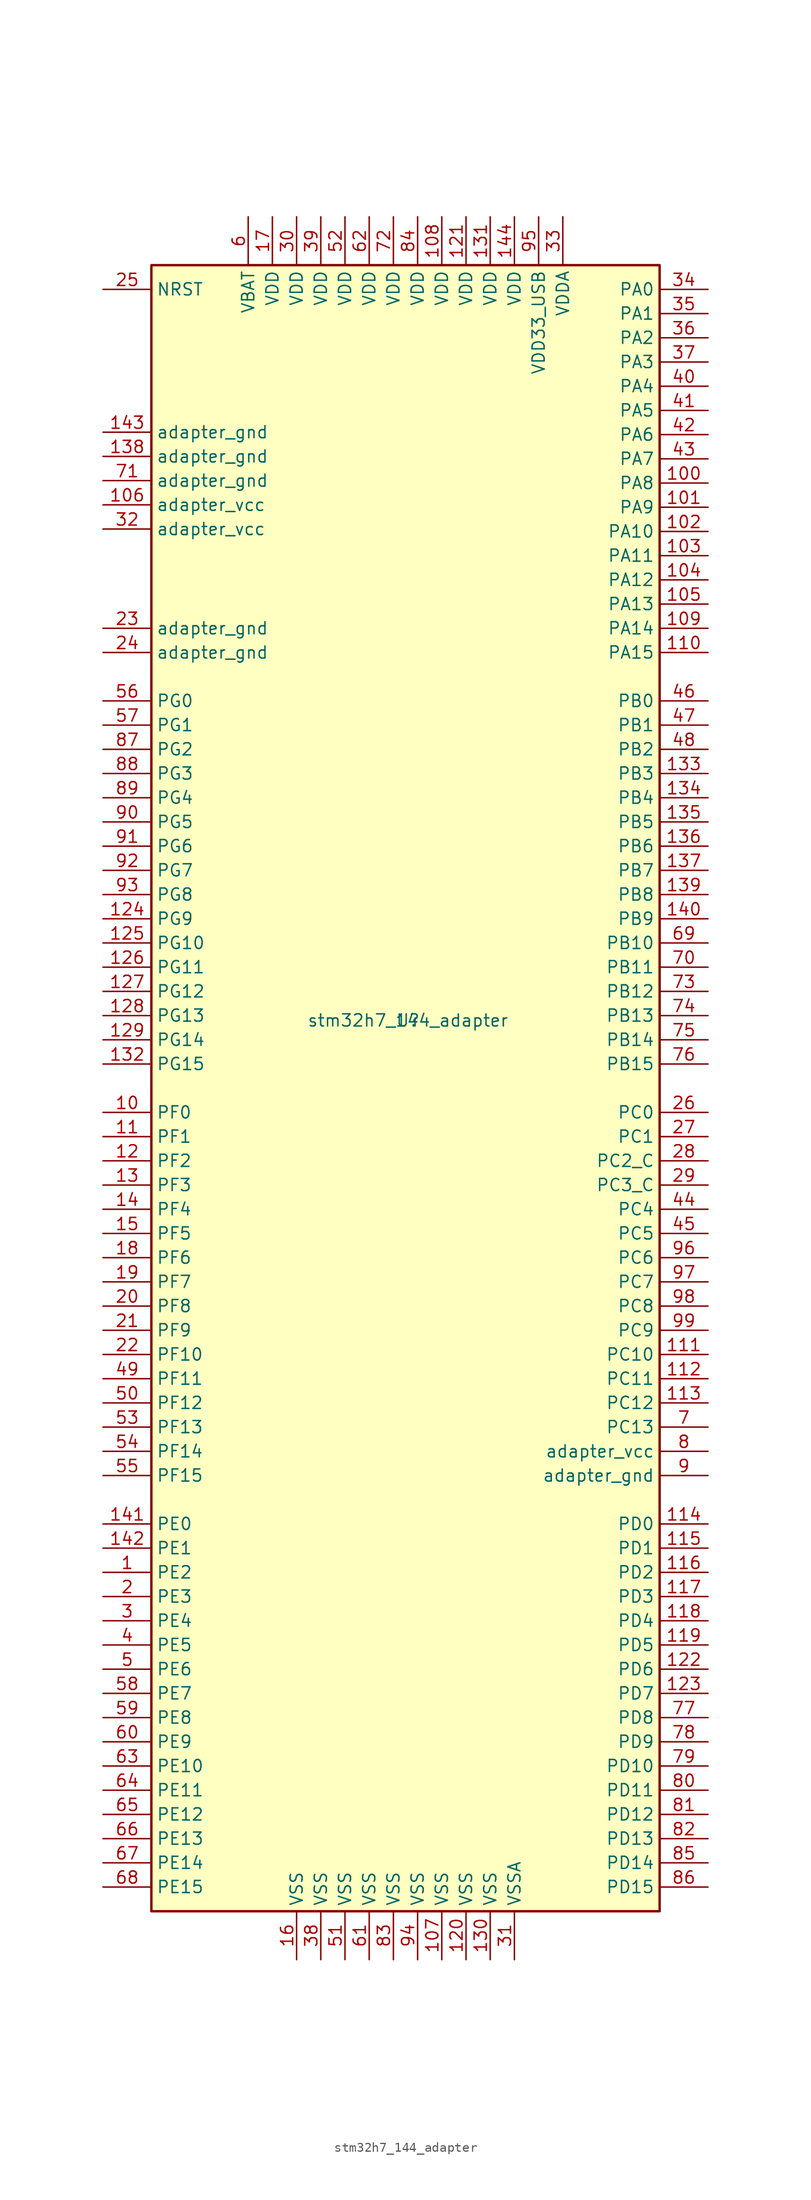
<source format=kicad_sym>
(kicad_symbol_lib
  (version 20201005)
  (generator kicad_symbol_editor)
  (symbol "adapters:stm32h7_144_adapter"
    (property "Reference" "U"
      (at 0 0 0)
      (effects (font (size 1.27 1.27))))
    (property "Value" "stm32h7_144_adapter"
      (at 0 0 0)
      (effects (font (size 1.27 1.27))))
    (symbol "stm32h7_144_adapter_0_1"
      (rectangle (start -26.924 -93.472) (end 26.416 79.248) (stroke (width 0.254)) (fill (type background))))
    (symbol "stm32h7_144_adapter_1_1"
      (pin bidirectional line (at -32.004 -57.912 0) (length 5.08) (name "PE2" (effects (font (size 1.27 1.27)))) (number "1" (effects (font (size 1.27 1.27)))))
      (pin bidirectional line (at -32.004 -9.652 0) (length 5.08) (name "PF0" (effects (font (size 1.27 1.27)))) (number "10" (effects (font (size 1.27 1.27)))))
      (pin bidirectional line (at 31.496 56.388 180) (length 5.08) (name "PA8" (effects (font (size 1.27 1.27)))) (number "100" (effects (font (size 1.27 1.27)))))
      (pin bidirectional line (at 31.496 53.848 180) (length 5.08) (name "PA9" (effects (font (size 1.27 1.27)))) (number "101" (effects (font (size 1.27 1.27)))))
      (pin bidirectional line (at 31.496 51.308 180) (length 5.08) (name "PA10" (effects (font (size 1.27 1.27)))) (number "102" (effects (font (size 1.27 1.27)))))
      (pin bidirectional line (at 31.496 48.768 180) (length 5.08) (name "PA11" (effects (font (size 1.27 1.27)))) (number "103" (effects (font (size 1.27 1.27)))))
      (pin bidirectional line (at 31.496 46.228 180) (length 5.08) (name "PA12" (effects (font (size 1.27 1.27)))) (number "104" (effects (font (size 1.27 1.27)))))
      (pin bidirectional line (at 31.496 43.688 180) (length 5.08) (name "PA13" (effects (font (size 1.27 1.27)))) (number "105" (effects (font (size 1.27 1.27)))))
      (pin power_in line (at -32.004 54.102 0) (length 5.08) (name "adapter_vcc" (effects (font (size 1.27 1.27)))) (number "106" (effects (font (size 1.27 1.27)))))
      (pin power_in line (at 3.556 -98.552 90) (length 5.08) (name "VSS" (effects (font (size 1.27 1.27)))) (number "107" (effects (font (size 1.27 1.27)))))
      (pin power_in line (at 3.556 84.328 270) (length 5.08) (name "VDD" (effects (font (size 1.27 1.27)))) (number "108" (effects (font (size 1.27 1.27)))))
      (pin bidirectional line (at 31.496 41.148 180) (length 5.08) (name "PA14" (effects (font (size 1.27 1.27)))) (number "109" (effects (font (size 1.27 1.27)))))
      (pin bidirectional line (at -32.004 -12.192 0) (length 5.08) (name "PF1" (effects (font (size 1.27 1.27)))) (number "11" (effects (font (size 1.27 1.27)))))
      (pin bidirectional line (at 31.496 38.608 180) (length 5.08) (name "PA15" (effects (font (size 1.27 1.27)))) (number "110" (effects (font (size 1.27 1.27)))))
      (pin bidirectional line (at 31.496 -35.052 180) (length 5.08) (name "PC10" (effects (font (size 1.27 1.27)))) (number "111" (effects (font (size 1.27 1.27)))))
      (pin bidirectional line (at 31.496 -37.592 180) (length 5.08) (name "PC11" (effects (font (size 1.27 1.27)))) (number "112" (effects (font (size 1.27 1.27)))))
      (pin bidirectional line (at 31.496 -40.132 180) (length 5.08) (name "PC12" (effects (font (size 1.27 1.27)))) (number "113" (effects (font (size 1.27 1.27)))))
      (pin bidirectional line (at 31.496 -52.832 180) (length 5.08) (name "PD0" (effects (font (size 1.27 1.27)))) (number "114" (effects (font (size 1.27 1.27)))))
      (pin bidirectional line (at 31.496 -55.372 180) (length 5.08) (name "PD1" (effects (font (size 1.27 1.27)))) (number "115" (effects (font (size 1.27 1.27)))))
      (pin bidirectional line (at 31.496 -57.912 180) (length 5.08) (name "PD2" (effects (font (size 1.27 1.27)))) (number "116" (effects (font (size 1.27 1.27)))))
      (pin bidirectional line (at 31.496 -60.452 180) (length 5.08) (name "PD3" (effects (font (size 1.27 1.27)))) (number "117" (effects (font (size 1.27 1.27)))))
      (pin bidirectional line (at 31.496 -62.992 180) (length 5.08) (name "PD4" (effects (font (size 1.27 1.27)))) (number "118" (effects (font (size 1.27 1.27)))))
      (pin bidirectional line (at 31.496 -65.532 180) (length 5.08) (name "PD5" (effects (font (size 1.27 1.27)))) (number "119" (effects (font (size 1.27 1.27)))))
      (pin bidirectional line (at -32.004 -14.732 0) (length 5.08) (name "PF2" (effects (font (size 1.27 1.27)))) (number "12" (effects (font (size 1.27 1.27)))))
      (pin power_in line (at 6.096 -98.552 90) (length 5.08) (name "VSS" (effects (font (size 1.27 1.27)))) (number "120" (effects (font (size 1.27 1.27)))))
      (pin power_in line (at 6.096 84.328 270) (length 5.08) (name "VDD" (effects (font (size 1.27 1.27)))) (number "121" (effects (font (size 1.27 1.27)))))
      (pin bidirectional line (at 31.496 -68.072 180) (length 5.08) (name "PD6" (effects (font (size 1.27 1.27)))) (number "122" (effects (font (size 1.27 1.27)))))
      (pin bidirectional line (at 31.496 -70.612 180) (length 5.08) (name "PD7" (effects (font (size 1.27 1.27)))) (number "123" (effects (font (size 1.27 1.27)))))
      (pin bidirectional line (at -32.004 10.668 0) (length 5.08) (name "PG9" (effects (font (size 1.27 1.27)))) (number "124" (effects (font (size 1.27 1.27)))))
      (pin bidirectional line (at -32.004 8.128 0) (length 5.08) (name "PG10" (effects (font (size 1.27 1.27)))) (number "125" (effects (font (size 1.27 1.27)))))
      (pin bidirectional line (at -32.004 5.588 0) (length 5.08) (name "PG11" (effects (font (size 1.27 1.27)))) (number "126" (effects (font (size 1.27 1.27)))))
      (pin bidirectional line (at -32.004 3.048 0) (length 5.08) (name "PG12" (effects (font (size 1.27 1.27)))) (number "127" (effects (font (size 1.27 1.27)))))
      (pin bidirectional line (at -32.004 0.508 0) (length 5.08) (name "PG13" (effects (font (size 1.27 1.27)))) (number "128" (effects (font (size 1.27 1.27)))))
      (pin bidirectional line (at -32.004 -2.032 0) (length 5.08) (name "PG14" (effects (font (size 1.27 1.27)))) (number "129" (effects (font (size 1.27 1.27)))))
      (pin bidirectional line (at -32.004 -17.272 0) (length 5.08) (name "PF3" (effects (font (size 1.27 1.27)))) (number "13" (effects (font (size 1.27 1.27)))))
      (pin power_in line (at 8.636 -98.552 90) (length 5.08) (name "VSS" (effects (font (size 1.27 1.27)))) (number "130" (effects (font (size 1.27 1.27)))))
      (pin power_in line (at 8.636 84.328 270) (length 5.08) (name "VDD" (effects (font (size 1.27 1.27)))) (number "131" (effects (font (size 1.27 1.27)))))
      (pin bidirectional line (at -32.004 -4.572 0) (length 5.08) (name "PG15" (effects (font (size 1.27 1.27)))) (number "132" (effects (font (size 1.27 1.27)))))
      (pin bidirectional line (at 31.496 25.908 180) (length 5.08) (name "PB3" (effects (font (size 1.27 1.27)))) (number "133" (effects (font (size 1.27 1.27)))))
      (pin bidirectional line (at 31.496 23.368 180) (length 5.08) (name "PB4" (effects (font (size 1.27 1.27)))) (number "134" (effects (font (size 1.27 1.27)))))
      (pin bidirectional line (at 31.496 20.828 180) (length 5.08) (name "PB5" (effects (font (size 1.27 1.27)))) (number "135" (effects (font (size 1.27 1.27)))))
      (pin bidirectional line (at 31.496 18.288 180) (length 5.08) (name "PB6" (effects (font (size 1.27 1.27)))) (number "136" (effects (font (size 1.27 1.27)))))
      (pin bidirectional line (at 31.496 15.748 180) (length 5.08) (name "PB7" (effects (font (size 1.27 1.27)))) (number "137" (effects (font (size 1.27 1.27)))))
      (pin power_in line (at -32.004 59.182 0) (length 5.08) (name "adapter_gnd" (effects (font (size 1.27 1.27)))) (number "138" (effects (font (size 1.27 1.27)))))
      (pin bidirectional line (at 31.496 13.208 180) (length 5.08) (name "PB8" (effects (font (size 1.27 1.27)))) (number "139" (effects (font (size 1.27 1.27)))))
      (pin bidirectional line (at -32.004 -19.812 0) (length 5.08) (name "PF4" (effects (font (size 1.27 1.27)))) (number "14" (effects (font (size 1.27 1.27)))))
      (pin bidirectional line (at 31.496 10.668 180) (length 5.08) (name "PB9" (effects (font (size 1.27 1.27)))) (number "140" (effects (font (size 1.27 1.27)))))
      (pin bidirectional line (at -32.004 -52.832 0) (length 5.08) (name "PE0" (effects (font (size 1.27 1.27)))) (number "141" (effects (font (size 1.27 1.27)))))
      (pin bidirectional line (at -32.004 -55.372 0) (length 5.08) (name "PE1" (effects (font (size 1.27 1.27)))) (number "142" (effects (font (size 1.27 1.27)))))
      (pin power_in line (at -32.004 61.722 0) (length 5.08) (name "adapter_gnd" (effects (font (size 1.27 1.27)))) (number "143" (effects (font (size 1.27 1.27)))))
      (pin power_in line (at 11.176 84.328 270) (length 5.08) (name "VDD" (effects (font (size 1.27 1.27)))) (number "144" (effects (font (size 1.27 1.27)))))
      (pin bidirectional line (at -32.004 -22.352 0) (length 5.08) (name "PF5" (effects (font (size 1.27 1.27)))) (number "15" (effects (font (size 1.27 1.27)))))
      (pin power_in line (at -11.684 -98.552 90) (length 5.08) (name "VSS" (effects (font (size 1.27 1.27)))) (number "16" (effects (font (size 1.27 1.27)))))
      (pin power_in line (at -14.224 84.328 270) (length 5.08) (name "VDD" (effects (font (size 1.27 1.27)))) (number "17" (effects (font (size 1.27 1.27)))))
      (pin bidirectional line (at -32.004 -24.892 0) (length 5.08) (name "PF6" (effects (font (size 1.27 1.27)))) (number "18" (effects (font (size 1.27 1.27)))))
      (pin bidirectional line (at -32.004 -27.432 0) (length 5.08) (name "PF7" (effects (font (size 1.27 1.27)))) (number "19" (effects (font (size 1.27 1.27)))))
      (pin bidirectional line (at -32.004 -60.452 0) (length 5.08) (name "PE3" (effects (font (size 1.27 1.27)))) (number "2" (effects (font (size 1.27 1.27)))))
      (pin bidirectional line (at -32.004 -29.972 0) (length 5.08) (name "PF8" (effects (font (size 1.27 1.27)))) (number "20" (effects (font (size 1.27 1.27)))))
      (pin bidirectional line (at -32.004 -32.512 0) (length 5.08) (name "PF9" (effects (font (size 1.27 1.27)))) (number "21" (effects (font (size 1.27 1.27)))))
      (pin bidirectional line (at -32.004 -35.052 0) (length 5.08) (name "PF10" (effects (font (size 1.27 1.27)))) (number "22" (effects (font (size 1.27 1.27)))))
      (pin power_in line (at -32.004 41.148 0) (length 5.08) (name "adapter_gnd" (effects (font (size 1.27 1.27)))) (number "23" (effects (font (size 1.27 1.27)))))
      (pin power_in line (at -32.004 38.608 0) (length 5.08) (name "adapter_gnd" (effects (font (size 1.27 1.27)))) (number "24" (effects (font (size 1.27 1.27)))))
      (pin input line (at -32.004 76.708 0) (length 5.08) (name "NRST" (effects (font (size 1.27 1.27)))) (number "25" (effects (font (size 1.27 1.27)))))
      (pin bidirectional line (at 31.496 -9.652 180) (length 5.08) (name "PC0" (effects (font (size 1.27 1.27)))) (number "26" (effects (font (size 1.27 1.27)))))
      (pin bidirectional line (at 31.496 -12.192 180) (length 5.08) (name "PC1" (effects (font (size 1.27 1.27)))) (number "27" (effects (font (size 1.27 1.27)))))
      (pin bidirectional line (at 31.496 -14.732 180) (length 5.08) (name "PC2_C" (effects (font (size 1.27 1.27)))) (number "28" (effects (font (size 1.27 1.27)))))
      (pin bidirectional line (at 31.496 -17.272 180) (length 5.08) (name "PC3_C" (effects (font (size 1.27 1.27)))) (number "29" (effects (font (size 1.27 1.27)))))
      (pin bidirectional line (at -32.004 -62.992 0) (length 5.08) (name "PE4" (effects (font (size 1.27 1.27)))) (number "3" (effects (font (size 1.27 1.27)))))
      (pin power_in line (at -11.684 84.328 270) (length 5.08) (name "VDD" (effects (font (size 1.27 1.27)))) (number "30" (effects (font (size 1.27 1.27)))))
      (pin power_in line (at 11.176 -98.552 90) (length 5.08) (name "VSSA" (effects (font (size 1.27 1.27)))) (number "31" (effects (font (size 1.27 1.27)))))
      (pin power_in line (at -32.004 51.562 0) (length 5.08) (name "adapter_vcc" (effects (font (size 1.27 1.27)))) (number "32" (effects (font (size 1.27 1.27)))))
      (pin power_in line (at 16.256 84.328 270) (length 5.08) (name "VDDA" (effects (font (size 1.27 1.27)))) (number "33" (effects (font (size 1.27 1.27)))))
      (pin bidirectional line (at 31.496 76.708 180) (length 5.08) (name "PA0" (effects (font (size 1.27 1.27)))) (number "34" (effects (font (size 1.27 1.27)))))
      (pin bidirectional line (at 31.496 74.168 180) (length 5.08) (name "PA1" (effects (font (size 1.27 1.27)))) (number "35" (effects (font (size 1.27 1.27)))))
      (pin bidirectional line (at 31.496 71.628 180) (length 5.08) (name "PA2" (effects (font (size 1.27 1.27)))) (number "36" (effects (font (size 1.27 1.27)))))
      (pin bidirectional line (at 31.496 69.088 180) (length 5.08) (name "PA3" (effects (font (size 1.27 1.27)))) (number "37" (effects (font (size 1.27 1.27)))))
      (pin power_in line (at -9.144 -98.552 90) (length 5.08) (name "VSS" (effects (font (size 1.27 1.27)))) (number "38" (effects (font (size 1.27 1.27)))))
      (pin power_in line (at -9.144 84.328 270) (length 5.08) (name "VDD" (effects (font (size 1.27 1.27)))) (number "39" (effects (font (size 1.27 1.27)))))
      (pin bidirectional line (at -32.004 -65.532 0) (length 5.08) (name "PE5" (effects (font (size 1.27 1.27)))) (number "4" (effects (font (size 1.27 1.27)))))
      (pin bidirectional line (at 31.496 66.548 180) (length 5.08) (name "PA4" (effects (font (size 1.27 1.27)))) (number "40" (effects (font (size 1.27 1.27)))))
      (pin bidirectional line (at 31.496 64.008 180) (length 5.08) (name "PA5" (effects (font (size 1.27 1.27)))) (number "41" (effects (font (size 1.27 1.27)))))
      (pin bidirectional line (at 31.496 61.468 180) (length 5.08) (name "PA6" (effects (font (size 1.27 1.27)))) (number "42" (effects (font (size 1.27 1.27)))))
      (pin bidirectional line (at 31.496 58.928 180) (length 5.08) (name "PA7" (effects (font (size 1.27 1.27)))) (number "43" (effects (font (size 1.27 1.27)))))
      (pin bidirectional line (at 31.496 -19.812 180) (length 5.08) (name "PC4" (effects (font (size 1.27 1.27)))) (number "44" (effects (font (size 1.27 1.27)))))
      (pin bidirectional line (at 31.496 -22.352 180) (length 5.08) (name "PC5" (effects (font (size 1.27 1.27)))) (number "45" (effects (font (size 1.27 1.27)))))
      (pin bidirectional line (at 31.496 33.528 180) (length 5.08) (name "PB0" (effects (font (size 1.27 1.27)))) (number "46" (effects (font (size 1.27 1.27)))))
      (pin bidirectional line (at 31.496 30.988 180) (length 5.08) (name "PB1" (effects (font (size 1.27 1.27)))) (number "47" (effects (font (size 1.27 1.27)))))
      (pin bidirectional line (at 31.496 28.448 180) (length 5.08) (name "PB2" (effects (font (size 1.27 1.27)))) (number "48" (effects (font (size 1.27 1.27)))))
      (pin bidirectional line (at -32.004 -37.592 0) (length 5.08) (name "PF11" (effects (font (size 1.27 1.27)))) (number "49" (effects (font (size 1.27 1.27)))))
      (pin bidirectional line (at -32.004 -68.072 0) (length 5.08) (name "PE6" (effects (font (size 1.27 1.27)))) (number "5" (effects (font (size 1.27 1.27)))))
      (pin bidirectional line (at -32.004 -40.132 0) (length 5.08) (name "PF12" (effects (font (size 1.27 1.27)))) (number "50" (effects (font (size 1.27 1.27)))))
      (pin power_in line (at -6.604 -98.552 90) (length 5.08) (name "VSS" (effects (font (size 1.27 1.27)))) (number "51" (effects (font (size 1.27 1.27)))))
      (pin power_in line (at -6.604 84.328 270) (length 5.08) (name "VDD" (effects (font (size 1.27 1.27)))) (number "52" (effects (font (size 1.27 1.27)))))
      (pin bidirectional line (at -32.004 -42.672 0) (length 5.08) (name "PF13" (effects (font (size 1.27 1.27)))) (number "53" (effects (font (size 1.27 1.27)))))
      (pin bidirectional line (at -32.004 -45.212 0) (length 5.08) (name "PF14" (effects (font (size 1.27 1.27)))) (number "54" (effects (font (size 1.27 1.27)))))
      (pin bidirectional line (at -32.004 -47.752 0) (length 5.08) (name "PF15" (effects (font (size 1.27 1.27)))) (number "55" (effects (font (size 1.27 1.27)))))
      (pin bidirectional line (at -32.004 33.528 0) (length 5.08) (name "PG0" (effects (font (size 1.27 1.27)))) (number "56" (effects (font (size 1.27 1.27)))))
      (pin bidirectional line (at -32.004 30.988 0) (length 5.08) (name "PG1" (effects (font (size 1.27 1.27)))) (number "57" (effects (font (size 1.27 1.27)))))
      (pin bidirectional line (at -32.004 -70.612 0) (length 5.08) (name "PE7" (effects (font (size 1.27 1.27)))) (number "58" (effects (font (size 1.27 1.27)))))
      (pin bidirectional line (at -32.004 -73.152 0) (length 5.08) (name "PE8" (effects (font (size 1.27 1.27)))) (number "59" (effects (font (size 1.27 1.27)))))
      (pin power_in line (at -16.764 84.328 270) (length 5.08) (name "VBAT" (effects (font (size 1.27 1.27)))) (number "6" (effects (font (size 1.27 1.27)))))
      (pin bidirectional line (at -32.004 -75.692 0) (length 5.08) (name "PE9" (effects (font (size 1.27 1.27)))) (number "60" (effects (font (size 1.27 1.27)))))
      (pin power_in line (at -4.064 -98.552 90) (length 5.08) (name "VSS" (effects (font (size 1.27 1.27)))) (number "61" (effects (font (size 1.27 1.27)))))
      (pin power_in line (at -4.064 84.328 270) (length 5.08) (name "VDD" (effects (font (size 1.27 1.27)))) (number "62" (effects (font (size 1.27 1.27)))))
      (pin bidirectional line (at -32.004 -78.232 0) (length 5.08) (name "PE10" (effects (font (size 1.27 1.27)))) (number "63" (effects (font (size 1.27 1.27)))))
      (pin bidirectional line (at -32.004 -80.772 0) (length 5.08) (name "PE11" (effects (font (size 1.27 1.27)))) (number "64" (effects (font (size 1.27 1.27)))))
      (pin bidirectional line (at -32.004 -83.312 0) (length 5.08) (name "PE12" (effects (font (size 1.27 1.27)))) (number "65" (effects (font (size 1.27 1.27)))))
      (pin bidirectional line (at -32.004 -85.852 0) (length 5.08) (name "PE13" (effects (font (size 1.27 1.27)))) (number "66" (effects (font (size 1.27 1.27)))))
      (pin bidirectional line (at -32.004 -88.392 0) (length 5.08) (name "PE14" (effects (font (size 1.27 1.27)))) (number "67" (effects (font (size 1.27 1.27)))))
      (pin bidirectional line (at -32.004 -90.932 0) (length 5.08) (name "PE15" (effects (font (size 1.27 1.27)))) (number "68" (effects (font (size 1.27 1.27)))))
      (pin bidirectional line (at 31.496 8.128 180) (length 5.08) (name "PB10" (effects (font (size 1.27 1.27)))) (number "69" (effects (font (size 1.27 1.27)))))
      (pin bidirectional line (at 31.496 -42.672 180) (length 5.08) (name "PC13" (effects (font (size 1.27 1.27)))) (number "7" (effects (font (size 1.27 1.27)))))
      (pin bidirectional line (at 31.496 5.588 180) (length 5.08) (name "PB11" (effects (font (size 1.27 1.27)))) (number "70" (effects (font (size 1.27 1.27)))))
      (pin power_in line (at -32.004 56.642 0) (length 5.08) (name "adapter_gnd" (effects (font (size 1.27 1.27)))) (number "71" (effects (font (size 1.27 1.27)))))
      (pin power_in line (at -1.524 84.328 270) (length 5.08) (name "VDD" (effects (font (size 1.27 1.27)))) (number "72" (effects (font (size 1.27 1.27)))))
      (pin bidirectional line (at 31.496 3.048 180) (length 5.08) (name "PB12" (effects (font (size 1.27 1.27)))) (number "73" (effects (font (size 1.27 1.27)))))
      (pin bidirectional line (at 31.496 0.508 180) (length 5.08) (name "PB13" (effects (font (size 1.27 1.27)))) (number "74" (effects (font (size 1.27 1.27)))))
      (pin bidirectional line (at 31.496 -2.032 180) (length 5.08) (name "PB14" (effects (font (size 1.27 1.27)))) (number "75" (effects (font (size 1.27 1.27)))))
      (pin bidirectional line (at 31.496 -4.572 180) (length 5.08) (name "PB15" (effects (font (size 1.27 1.27)))) (number "76" (effects (font (size 1.27 1.27)))))
      (pin bidirectional line (at 31.496 -73.152 180) (length 5.08) (name "PD8" (effects (font (size 1.27 1.27)))) (number "77" (effects (font (size 1.27 1.27)))))
      (pin bidirectional line (at 31.496 -75.692 180) (length 5.08) (name "PD9" (effects (font (size 1.27 1.27)))) (number "78" (effects (font (size 1.27 1.27)))))
      (pin bidirectional line (at 31.496 -78.232 180) (length 5.08) (name "PD10" (effects (font (size 1.27 1.27)))) (number "79" (effects (font (size 1.27 1.27)))))
      (pin power_in line (at 31.496 -45.212 180) (length 5.08) (name "adapter_vcc" (effects (font (size 1.27 1.27)))) (number "8" (effects (font (size 1.27 1.27)))))
      (pin bidirectional line (at 31.496 -80.772 180) (length 5.08) (name "PD11" (effects (font (size 1.27 1.27)))) (number "80" (effects (font (size 1.27 1.27)))))
      (pin bidirectional line (at 31.496 -83.312 180) (length 5.08) (name "PD12" (effects (font (size 1.27 1.27)))) (number "81" (effects (font (size 1.27 1.27)))))
      (pin bidirectional line (at 31.496 -85.852 180) (length 5.08) (name "PD13" (effects (font (size 1.27 1.27)))) (number "82" (effects (font (size 1.27 1.27)))))
      (pin power_in line (at -1.524 -98.552 90) (length 5.08) (name "VSS" (effects (font (size 1.27 1.27)))) (number "83" (effects (font (size 1.27 1.27)))))
      (pin power_in line (at 1.016 84.328 270) (length 5.08) (name "VDD" (effects (font (size 1.27 1.27)))) (number "84" (effects (font (size 1.27 1.27)))))
      (pin bidirectional line (at 31.496 -88.392 180) (length 5.08) (name "PD14" (effects (font (size 1.27 1.27)))) (number "85" (effects (font (size 1.27 1.27)))))
      (pin bidirectional line (at 31.496 -90.932 180) (length 5.08) (name "PD15" (effects (font (size 1.27 1.27)))) (number "86" (effects (font (size 1.27 1.27)))))
      (pin bidirectional line (at -32.004 28.448 0) (length 5.08) (name "PG2" (effects (font (size 1.27 1.27)))) (number "87" (effects (font (size 1.27 1.27)))))
      (pin bidirectional line (at -32.004 25.908 0) (length 5.08) (name "PG3" (effects (font (size 1.27 1.27)))) (number "88" (effects (font (size 1.27 1.27)))))
      (pin bidirectional line (at -32.004 23.368 0) (length 5.08) (name "PG4" (effects (font (size 1.27 1.27)))) (number "89" (effects (font (size 1.27 1.27)))))
      (pin power_in line (at 31.496 -47.752 180) (length 5.08) (name "adapter_gnd" (effects (font (size 1.27 1.27)))) (number "9" (effects (font (size 1.27 1.27)))))
      (pin bidirectional line (at -32.004 20.828 0) (length 5.08) (name "PG5" (effects (font (size 1.27 1.27)))) (number "90" (effects (font (size 1.27 1.27)))))
      (pin bidirectional line (at -32.004 18.288 0) (length 5.08) (name "PG6" (effects (font (size 1.27 1.27)))) (number "91" (effects (font (size 1.27 1.27)))))
      (pin bidirectional line (at -32.004 15.748 0) (length 5.08) (name "PG7" (effects (font (size 1.27 1.27)))) (number "92" (effects (font (size 1.27 1.27)))))
      (pin bidirectional line (at -32.004 13.208 0) (length 5.08) (name "PG8" (effects (font (size 1.27 1.27)))) (number "93" (effects (font (size 1.27 1.27)))))
      (pin power_in line (at 1.016 -98.552 90) (length 5.08) (name "VSS" (effects (font (size 1.27 1.27)))) (number "94" (effects (font (size 1.27 1.27)))))
      (pin power_in line (at 13.716 84.328 270) (length 5.08) (name "VDD33_USB" (effects (font (size 1.27 1.27)))) (number "95" (effects (font (size 1.27 1.27)))))
      (pin bidirectional line (at 31.496 -24.892 180) (length 5.08) (name "PC6" (effects (font (size 1.27 1.27)))) (number "96" (effects (font (size 1.27 1.27)))))
      (pin bidirectional line (at 31.496 -27.432 180) (length 5.08) (name "PC7" (effects (font (size 1.27 1.27)))) (number "97" (effects (font (size 1.27 1.27)))))
      (pin bidirectional line (at 31.496 -29.972 180) (length 5.08) (name "PC8" (effects (font (size 1.27 1.27)))) (number "98" (effects (font (size 1.27 1.27)))))
      (pin bidirectional line (at 31.496 -32.512 180) (length 5.08) (name "PC9" (effects (font (size 1.27 1.27)))) (number "99" (effects (font (size 1.27 1.27))))))))
</source>
